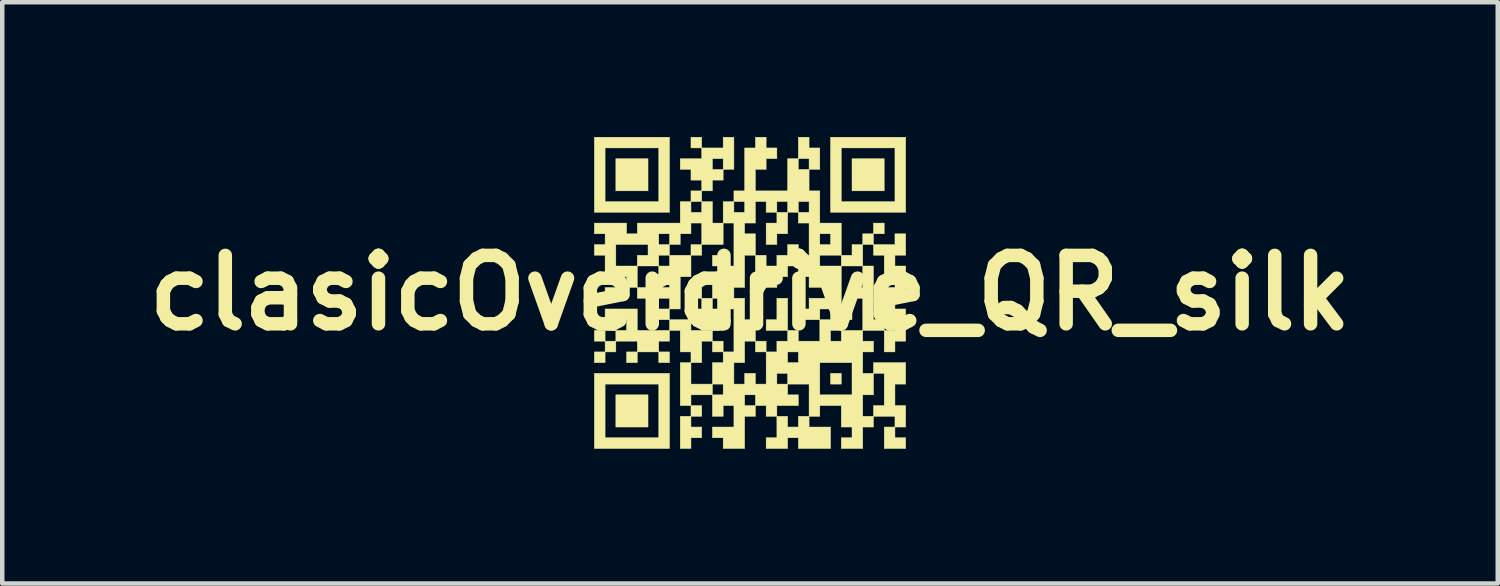
<source format=kicad_pcb>
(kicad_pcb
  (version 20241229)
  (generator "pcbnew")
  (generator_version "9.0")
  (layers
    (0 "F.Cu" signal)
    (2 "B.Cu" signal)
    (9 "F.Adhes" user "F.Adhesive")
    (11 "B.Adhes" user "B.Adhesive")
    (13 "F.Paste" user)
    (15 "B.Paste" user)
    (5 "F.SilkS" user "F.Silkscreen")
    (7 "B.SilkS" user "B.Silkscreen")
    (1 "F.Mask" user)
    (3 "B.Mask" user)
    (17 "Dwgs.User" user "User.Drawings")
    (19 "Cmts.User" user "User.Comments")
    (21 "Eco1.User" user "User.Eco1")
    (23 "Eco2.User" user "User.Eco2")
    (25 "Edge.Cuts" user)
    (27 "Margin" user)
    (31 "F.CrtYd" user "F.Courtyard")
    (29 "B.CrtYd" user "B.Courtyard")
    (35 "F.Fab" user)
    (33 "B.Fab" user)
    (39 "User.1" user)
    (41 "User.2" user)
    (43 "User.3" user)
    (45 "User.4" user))
  (footprint "clasicOverdrive_QR_silk"
    (layer "F.Cu")
    (at 13.651 3.471)
    (property "Reference" "clasicOverdrive_QR_silk" (at 0 0 0) (layer "F.SilkS") (effects (font (size 1.524 1.524) (thickness 0.3))))
    (attr through_hole)
    (fp_poly (pts (xy -3.227 1.554) (xy -3.466 1.554) (xy -3.466 1.315) (xy -3.227 1.315) (xy -3.227 1.554)) (stroke (width 0.01) (type solid)) (fill yes) (layer "F.SilkS"))
    (fp_poly (pts (xy -2.749 0.12) (xy -3.227 0.12) (xy -3.227 -0.12) (xy -2.749 -0.12) (xy -2.749 0.12)) (stroke (width 0.01) (type solid)) (fill yes) (layer "F.SilkS"))
    (fp_poly (pts (xy -2.51 1.554) (xy -2.749 1.554) (xy -2.749 1.315) (xy -2.51 1.315) (xy -2.51 1.554)) (stroke (width 0.01) (type solid)) (fill yes) (layer "F.SilkS"))
    (fp_poly (pts (xy -2.271 -2.271) (xy -2.988 -2.271) (xy -2.988 -2.988) (xy -2.271 -2.988) (xy -2.271 -2.271)) (stroke (width 0.01) (type solid)) (fill yes) (layer "F.SilkS"))
    (fp_poly (pts (xy -2.271 2.988) (xy -2.988 2.988) (xy -2.988 2.271) (xy -2.271 2.271) (xy -2.271 2.988)) (stroke (width 0.01) (type solid)) (fill yes) (layer "F.SilkS"))
    (fp_poly (pts (xy -1.793 1.554) (xy -2.032 1.554) (xy -2.032 1.315) (xy -1.793 1.315) (xy -1.793 1.554)) (stroke (width 0.01) (type solid)) (fill yes) (layer "F.SilkS"))
    (fp_poly (pts (xy -1.315 -3.227) (xy -1.315 -3.466) (xy -1.076 -3.466) (xy -1.076 -3.227) (xy -1.315 -3.227)) (stroke (width 0.01) (type solid)) (fill yes) (layer "F.SilkS"))
    (fp_poly (pts (xy -1.315 -2.271) (xy -1.076 -2.271) (xy -1.076 -2.032) (xy -1.315 -2.032) (xy -1.315 -2.271)) (stroke (width 0.01) (type solid)) (fill yes) (layer "F.SilkS"))
    (fp_poly (pts (xy -1.315 -1.076) (xy -1.076 -1.076) (xy -1.076 -0.837) (xy -1.315 -0.837) (xy -1.315 -1.076)) (stroke (width 0.01) (type solid)) (fill yes) (layer "F.SilkS"))
    (fp_poly (pts (xy -1.315 0.12) (xy -1.315 -0.12) (xy -1.076 -0.12) (xy -1.076 0.12) (xy -1.315 0.12)) (stroke (width 0.01) (type solid)) (fill yes) (layer "F.SilkS"))
    (fp_poly (pts (xy -1.315 2.51) (xy -1.076 2.51) (xy -1.076 2.749) (xy -1.315 2.749) (xy -1.315 2.51)) (stroke (width 0.01) (type solid)) (fill yes) (layer "F.SilkS"))
    (fp_poly (pts (xy -0.598 -0.598) (xy -0.837 -0.598) (xy -0.837 -0.837) (xy -0.598 -0.837) (xy -0.598 -0.598)) (stroke (width 0.01) (type solid)) (fill yes) (layer "F.SilkS"))
    (fp_poly (pts (xy -0.598 1.315) (xy -0.837 1.315) (xy -0.837 1.076) (xy -0.598 1.076) (xy -0.598 1.315)) (stroke (width 0.01) (type solid)) (fill yes) (layer "F.SilkS"))
    (fp_poly (pts (xy 0.359 1.315) (xy 0.12 1.315) (xy 0.12 1.076) (xy 0.359 1.076) (xy 0.359 1.315)) (stroke (width 0.01) (type solid)) (fill yes) (layer "F.SilkS"))
    (fp_poly (pts (xy 2.032 2.032) (xy 1.793 2.032) (xy 1.793 1.793) (xy 2.032 1.793) (xy 2.032 2.032)) (stroke (width 0.01) (type solid)) (fill yes) (layer "F.SilkS"))
    (fp_poly (pts (xy 2.749 -1.554) (xy 2.988 -1.554) (xy 2.988 -1.315) (xy 2.749 -1.315) (xy 2.749 -1.554)) (stroke (width 0.01) (type solid)) (fill yes) (layer "F.SilkS"))
    (fp_poly (pts (xy 2.988 -2.271) (xy 2.271 -2.271) (xy 2.271 -2.988) (xy 2.988 -2.988) (xy 2.988 -2.271)) (stroke (width 0.01) (type solid)) (fill yes) (layer "F.SilkS"))
    (fp_poly (pts (xy 0.837 0.837) (xy 0.359 0.837) (xy 0.359 0.598) (xy 0.598 0.598) (xy 0.598 0.12) (xy 0.837 0.12) (xy 0.837 0.837)) (stroke (width 0.01) (type solid)) (fill yes) (layer "F.SilkS"))
    (fp_poly (pts (xy 3.227 3.227) (xy 3.466 3.227) (xy 3.466 3.466) (xy 2.988 3.466) (xy 2.988 2.988) (xy 3.227 2.988) (xy 3.227 3.227)) (stroke (width 0.01) (type solid)) (fill yes) (layer "F.SilkS"))
    (fp_poly (pts (xy -1.315 2.988) (xy -1.076 2.988) (xy -1.076 3.227) (xy -1.315 3.227) (xy -1.315 3.466) (xy -1.554 3.466) (xy -1.554 2.749) (xy -1.315 2.749) (xy -1.315 2.988)) (stroke (width 0.01) (type solid)) (fill yes) (layer "F.SilkS"))
    (fp_poly (pts (xy 0.837 -1.315) (xy 0.598 -1.315) (xy 0.598 -1.076) (xy 0.359 -1.076) (xy 0.359 -1.554) (xy 0.598 -1.554) (xy 0.598 -1.793) (xy 0.837 -1.793) (xy 0.837 -1.315)) (stroke (width 0.01) (type solid)) (fill yes) (layer "F.SilkS"))
    (fp_poly (pts (xy -0.837 0.12) (xy -0.837 0.359) (xy -0.598 0.359) (xy -0.598 0.837) (xy -0.837 0.837) (xy -0.837 0.598) (xy -1.315 0.598) (xy -1.315 0.359) (xy -1.076 0.359) (xy -1.076 0.12) (xy -0.837 0.12)) (stroke (width 0.01) (type solid)) (fill yes) (layer "F.SilkS"))
    (fp_poly (pts (xy -1.793 -1.793) (xy -3.466 -1.793) (xy -3.466 -3.227) (xy -3.227 -3.227) (xy -3.227 -2.032) (xy -2.032 -2.032) (xy -2.032 -3.227) (xy -3.227 -3.227) (xy -3.466 -3.227) (xy -3.466 -3.466) (xy -1.793 -3.466) (xy -1.793 -1.793)) (stroke (width 0.01) (type solid)) (fill yes) (layer "F.SilkS"))
    (fp_poly (pts (xy -1.793 3.466) (xy -3.466 3.466) (xy -3.466 2.032) (xy -3.227 2.032) (xy -3.227 3.227) (xy -2.032 3.227) (xy -2.032 2.032) (xy -3.227 2.032) (xy -3.466 2.032) (xy -3.466 1.793) (xy -1.793 1.793) (xy -1.793 3.466)) (stroke (width 0.01) (type solid)) (fill yes) (layer "F.SilkS"))
    (fp_poly (pts (xy 3.466 -1.793) (xy 1.793 -1.793) (xy 1.793 -3.227) (xy 2.032 -3.227) (xy 2.032 -2.032) (xy 3.227 -2.032) (xy 3.227 -3.227) (xy 2.032 -3.227) (xy 1.793 -3.227) (xy 1.793 -3.466) (xy 3.466 -3.466) (xy 3.466 -1.793)) (stroke (width 0.01) (type solid)) (fill yes) (layer "F.SilkS"))
    (fp_poly (pts (xy -1.315 -0.359) (xy -1.554 -0.359) (xy -1.554 0.359) (xy -1.793 0.359) (xy -1.793 0.12) (xy -2.032 0.12) (xy -2.032 -0.12) (xy -1.793 -0.12) (xy -1.793 -0.359) (xy -2.032 -0.359) (xy -2.032 -0.598) (xy -1.793 -0.598) (xy -1.793 -0.837) (xy -1.315 -0.837) (xy -1.315 -0.359)) (stroke (width 0.01) (type solid)) (fill yes) (layer "F.SilkS"))
    (fp_poly (pts (xy -1.076 -2.51) (xy -1.315 -2.51) (xy -1.315 -2.749) (xy -1.554 -2.749) (xy -1.554 -2.988) (xy -1.076 -2.988) (xy -0.837 -2.988) (xy -0.837 -2.749) (xy -0.598 -2.749) (xy -0.598 -2.988) (xy -0.837 -2.988) (xy -1.076 -2.988) (xy -1.076 -3.227) (xy -0.598 -3.227) (xy -0.598 -3.466) (xy -0.359 -3.466) (xy -0.359 -2.749) (xy -0.598 -2.749) (xy -0.598 -2.51) (xy -0.837 -2.51) (xy -0.837 -2.271) (xy -1.076 -2.271) (xy -1.076 -2.51)) (stroke (width 0.01) (type solid)) (fill yes) (layer "F.SilkS"))
    (fp_poly (pts (xy -2.51 1.076) (xy -2.988 1.076) (xy -2.988 1.315) (xy -3.227 1.315) (xy -3.227 1.076) (xy -3.466 1.076) (xy -3.466 0.837) (xy -3.227 0.837) (xy -3.227 1.076) (xy -2.988 1.076) (xy -2.988 0.837) (xy -3.227 0.837) (xy -3.227 0.598) (xy -2.988 0.598) (xy -2.988 0.837) (xy -2.749 0.837) (xy -2.749 0.598) (xy -2.988 0.598) (xy -3.227 0.598) (xy -3.227 0.359) (xy -2.51 0.359) (xy -2.51 0.837) (xy -1.793 0.837) (xy -1.793 1.076) (xy -2.032 1.076) (xy -2.032 1.315) (xy -2.51 1.315) (xy -2.51 1.076)) (stroke (width 0.01) (type solid)) (fill yes) (layer "F.SilkS"))
    (fp_poly (pts (xy 2.749 -1.076) (xy 3.227 -1.076) (xy 3.227 -1.315) (xy 3.466 -1.315) (xy 3.466 -0.837) (xy 3.227 -0.837) (xy 3.227 -0.598) (xy 3.466 -0.598) (xy 3.466 0.12) (xy 3.227 0.12) (xy 3.227 0.359) (xy 3.466 0.359) (xy 3.466 1.076) (xy 3.227 1.076) (xy 3.227 1.315) (xy 2.988 1.315) (xy 2.988 0.837) (xy 3.227 0.837) (xy 3.227 0.598) (xy 2.988 0.598) (xy 2.988 0.837) (xy 2.51 0.837) (xy 2.51 1.076) (xy 2.749 1.076) (xy 2.749 1.315) (xy 2.51 1.315) (xy 2.51 1.793) (xy 2.749 1.793) (xy 2.749 1.554) (xy 3.466 1.554) (xy 3.466 2.032) (xy 3.227 2.032) (xy 3.227 2.51) (xy 3.466 2.51) (xy 3.466 2.988) (xy 3.227 2.988) (xy 3.227 2.749) (xy 2.749 2.749) (xy 2.749 2.988) (xy 2.51 2.988) (xy 2.51 3.466) (xy 2.032 3.466) (xy 2.032 3.227) (xy 2.271 3.227) (xy 2.271 2.988) (xy 2.032 2.988) (xy 2.032 2.51) (xy 1.554 2.51) (xy 1.554 2.749) (xy 1.315 2.749) (xy 1.315 2.988) (xy 1.793 2.988) (xy 1.793 3.466) (xy 1.076 3.466) (xy 1.076 3.227) (xy 0.837 3.227) (xy 0.837 3.466) (xy 0.359 3.466) (xy 0.359 3.227) (xy 0.598 3.227) (xy 0.598 2.749) (xy 0.359 2.749) (xy 0.359 2.51) (xy 0.598 2.51) (xy 0.598 2.749) (xy 0.837 2.749) (xy 0.837 2.988) (xy 1.076 2.988) (xy 1.076 2.749) (xy 1.315 2.749) (xy 1.315 2.032) (xy 0.837 2.032) (xy 0.837 2.271) (xy 1.076 2.271) (xy 1.076 2.51) (xy 0.598 2.51) (xy 0.359 2.51) (xy 0.12 2.51) (xy 0.12 2.749) (xy -0.12 2.749) (xy -0.12 3.466) (xy -0.598 3.466) (xy -0.598 3.227) (xy -0.837 3.227) (xy -0.837 2.988) (xy -0.359 2.988) (xy -0.359 2.51) (xy -0.598 2.51) (xy -0.598 2.749) (xy -0.837 2.749) (xy -0.837 2.271) (xy -0.598 2.271) (xy -0.12 2.271) (xy -0.12 2.51) (xy 0.12 2.51) (xy 0.12 2.271) (xy -0.12 2.271) (xy -0.598 2.271) (xy -0.598 2.032) (xy -0.837 2.032) (xy -0.837 2.271) (xy -1.315 2.271) (xy -1.315 2.51) (xy -1.554 2.51) (xy -1.554 1.554) (xy -1.315 1.554) (xy -1.315 1.315) (xy -1.554 1.315) (xy -1.554 0.837) (xy -1.793 0.837) (xy -1.793 0.598) (xy -2.271 0.598) (xy -2.271 0.12) (xy -2.51 0.12) (xy -2.51 -0.12) (xy -2.749 -0.12) (xy -2.749 -0.359) (xy -3.227 -0.359) (xy -3.227 -0.837) (xy -3.466 -0.837) (xy -3.466 -1.076) (xy -3.227 -1.076) (xy -2.988 -1.076) (xy -2.988 -0.598) (xy -2.51 -0.598) (xy -2.51 -0.12) (xy -2.271 -0.12) (xy -2.271 0.12) (xy -2.032 0.12) (xy -2.032 0.359) (xy -1.793 0.359) (xy -1.793 0.598) (xy -1.315 0.598) (xy -1.315 0.837) (xy -0.837 0.837) (xy -0.837 1.076) (xy -1.076 1.076) (xy -1.076 1.554) (xy -1.315 1.554) (xy -1.315 2.032) (xy -0.837 2.032) (xy -0.837 1.554) (xy -0.598 1.554) (xy -0.598 1.315) (xy -0.359 1.315) (xy -0.359 0.359) (xy -0.598 0.359) (xy -0.598 0.12) (xy -0.837 0.12) (xy -0.837 -0.12) (xy -0.359 -0.12) (xy -0.359 0.12) (xy -0.12 0.12) (xy -0.12 0.598) (xy 0.12 0.598) (xy 0.12 1.076) (xy -0.12 1.076) (xy -0.12 1.554) (xy -0.359 1.554) (xy -0.359 2.032) (xy -0.12 2.032) (xy -0.12 1.793) (xy 0.12 1.793) (xy 0.12 2.032) (xy 0.359 2.032) (xy 0.359 1.793) (xy 0.598 1.793) (xy 0.598 2.032) (xy 0.837 2.032) (xy 0.837 1.793) (xy 0.598 1.793) (xy 0.359 1.793) (xy 0.359 1.315) (xy 0.598 1.315) (xy 0.837 1.315) (xy 0.837 1.554) (xy 1.076 1.554) (xy 1.554 1.554) (xy 1.554 2.271) (xy 2.271 2.271) (xy 2.51 2.271) (xy 2.51 2.749) (xy 2.749 2.749) (xy 2.749 2.51) (xy 2.988 2.51) (xy 2.988 1.793) (xy 2.749 1.793) (xy 2.749 2.271) (xy 2.51 2.271) (xy 2.271 2.271) (xy 2.271 1.554) (xy 1.554 1.554) (xy 1.076 1.554) (xy 1.076 1.315) (xy 0.837 1.315) (xy 0.598 1.315) (xy 0.598 1.076) (xy 0.837 1.076) (xy 0.837 0.837) (xy 1.076 0.837) (xy 1.076 1.076) (xy 1.554 1.076) (xy 1.554 0.837) (xy 1.793 0.837) (xy 1.793 1.076) (xy 2.032 1.076) (xy 2.032 0.837) (xy 1.793 0.837) (xy 1.554 0.837) (xy 1.554 0.598) (xy 1.076 0.598) (xy 1.076 0.359) (xy 1.315 0.359) (xy 1.554 0.359) (xy 1.554 0.598) (xy 1.793 0.598) (xy 1.793 0.359) (xy 2.032 0.359) (xy 2.271 0.359) (xy 2.271 0.598) (xy 2.032 0.598) (xy 2.032 0.837) (xy 2.51 0.837) (xy 2.51 0.12) (xy 2.271 0.12) (xy 2.271 -0.12) (xy 2.51 -0.12) (xy 2.51 -0.598) (xy 2.032 -0.598) (xy 2.032 0.359) (xy 1.793 0.359) (xy 1.554 0.359) (xy 1.315 0.359) (xy 1.315 0.12) (xy 1.793 0.12) (xy 1.793 -0.12) (xy 1.315 -0.12) (xy 1.315 -0.359) (xy 1.076 -0.359) (xy 1.076 -0.598) (xy 0.837 -0.598) (xy 0.837 -0.359) (xy 0.598 -0.359) (xy 0.598 -0.12) (xy 0.359 -0.12) (xy 0.359 -0.359) (xy 0.12 -0.359) (xy 0.12 -0.837) (xy -0.12 -0.837) (xy -0.12 -0.12) (xy -0.359 -0.12) (xy -0.837 -0.12) (xy -0.837 -0.359) (xy -0.598 -0.359) (xy -0.598 -0.598) (xy -0.359 -0.598) (xy -0.359 -1.554) (xy -0.12 -1.554) (xy -0.12 -1.315) (xy 0.12 -1.315) (xy 0.12 -0.837) (xy 0.359 -0.837) (xy 0.359 -0.598) (xy 0.598 -0.598) (xy 0.598 -0.837) (xy 0.837 -0.837) (xy 0.837 -1.076) (xy 1.076 -1.076) (xy 1.076 -0.837) (xy 1.315 -0.837) (xy 1.554 -0.837) (xy 1.554 -0.598) (xy 2.032 -0.598) (xy 2.032 -0.837) (xy 1.554 -0.837) (xy 1.315 -0.837) (xy 1.315 -1.315) (xy 1.554 -1.315) (xy 1.554 -1.076) (xy 1.793 -1.076) (xy 1.793 -1.315) (xy 1.554 -1.315) (xy 1.315 -1.315) (xy 1.315 -1.554) (xy 1.076 -1.554) (xy 1.076 -1.793) (xy 0.837 -1.793) (xy 0.837 -2.032) (xy 1.076 -2.032) (xy 1.076 -1.793) (xy 1.315 -1.793) (xy 1.315 -2.032) (xy 1.076 -2.032) (xy 0.837 -2.032) (xy 0.598 -2.032) (xy 0.598 -1.793) (xy 0.359 -1.793) (xy 0.359 -2.032) (xy 0.12 -2.032) (xy 0.12 -1.554) (xy -0.12 -1.554) (xy -0.359 -1.554) (xy -0.598 -1.554) (xy -0.598 -1.076) (xy -1.076 -1.076) (xy -1.076 -1.554) (xy -1.315 -1.554) (xy -1.315 -1.315) (xy -1.554 -1.315) (xy -1.554 -1.076) (xy -1.793 -1.076) (xy -1.793 -0.837) (xy -2.032 -0.837) (xy -2.032 -0.598) (xy -2.51 -0.598) (xy -2.51 -0.837) (xy -2.271 -0.837) (xy -2.271 -1.076) (xy -2.988 -1.076) (xy -3.227 -1.076) (xy -3.227 -1.315) (xy -3.466 -1.315) (xy -3.466 -1.554) (xy -2.749 -1.554) (xy -2.749 -1.315) (xy -2.51 -1.315) (xy -2.032 -1.315) (xy -2.032 -1.076) (xy -1.793 -1.076) (xy -1.793 -1.315) (xy -2.032 -1.315) (xy -2.51 -1.315) (xy -2.51 -1.554) (xy -1.554 -1.554) (xy -1.554 -2.032) (xy -1.315 -2.032) (xy -1.315 -1.793) (xy -1.076 -1.793) (xy -1.076 -2.032) (xy -0.837 -2.032) (xy -0.837 -1.554) (xy -0.598 -1.554) (xy -0.598 -2.032) (xy -0.359 -2.032) (xy -0.359 -1.793) (xy -0.12 -1.793) (xy -0.12 -2.032) (xy -0.359 -2.032) (xy -0.359 -2.271) (xy -0.12 -2.271) (xy -0.12 -3.227) (xy 0.12 -3.227) (xy 0.12 -3.466) (xy 0.359 -3.466) (xy 0.359 -3.227) (xy 0.598 -3.227) (xy 0.598 -2.988) (xy 0.359 -2.988) (xy 0.359 -2.749) (xy 0.12 -2.749) (xy 0.12 -2.271) (xy 0.837 -2.271) (xy 0.837 -2.988) (xy 1.076 -2.988) (xy 1.076 -2.749) (xy 1.315 -2.749) (xy 1.315 -2.988) (xy 1.076 -2.988) (xy 1.076 -3.466) (xy 1.315 -3.466) (xy 1.315 -3.227) (xy 1.554 -3.227) (xy 1.554 -2.749) (xy 1.315 -2.749) (xy 1.315 -2.271) (xy 1.554 -2.271) (xy 1.554 -1.554) (xy 2.032 -1.554) (xy 2.032 -0.837) (xy 2.271 -0.837) (xy 2.271 -1.076) (xy 2.51 -1.076) (xy 2.51 -0.598) (xy 2.749 -0.598) (xy 2.749 0.598) (xy 2.988 0.598) (xy 2.988 -0.12) (xy 3.227 -0.12) (xy 3.227 -0.359) (xy 2.988 -0.359) (xy 2.988 -0.837) (xy 2.749 -0.837) (xy 2.749 -1.076) (xy 2.51 -1.076) (xy 2.51 -1.315) (xy 2.749 -1.315) (xy 2.749 -1.076)) (stroke (width 0.01) (type solid)) (fill yes) (layer "F.SilkS")))
  (gr_rect
    (start -3 -3)
    (end 30.301 9.943)
    (stroke (width 0.1) (type default))
    (fill no)
    (layer "Edge.Cuts")))
</source>
